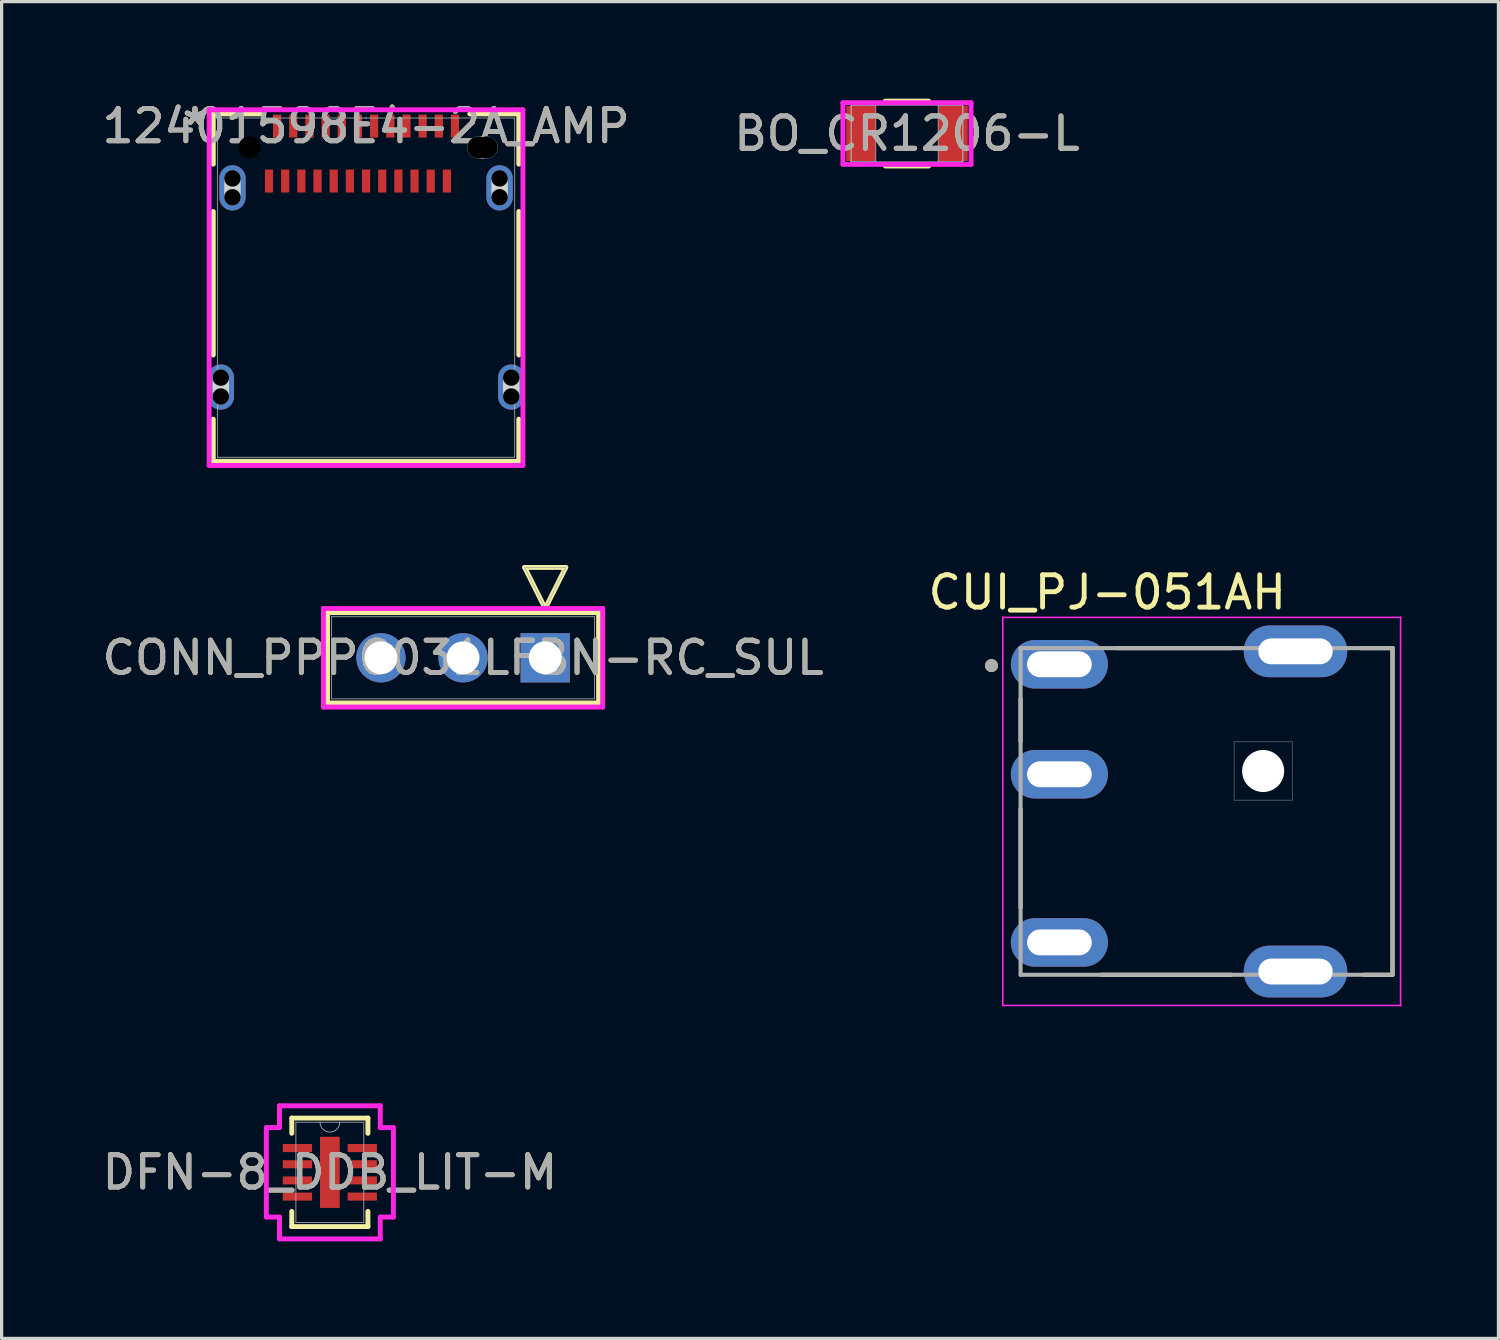
<source format=kicad_pcb>
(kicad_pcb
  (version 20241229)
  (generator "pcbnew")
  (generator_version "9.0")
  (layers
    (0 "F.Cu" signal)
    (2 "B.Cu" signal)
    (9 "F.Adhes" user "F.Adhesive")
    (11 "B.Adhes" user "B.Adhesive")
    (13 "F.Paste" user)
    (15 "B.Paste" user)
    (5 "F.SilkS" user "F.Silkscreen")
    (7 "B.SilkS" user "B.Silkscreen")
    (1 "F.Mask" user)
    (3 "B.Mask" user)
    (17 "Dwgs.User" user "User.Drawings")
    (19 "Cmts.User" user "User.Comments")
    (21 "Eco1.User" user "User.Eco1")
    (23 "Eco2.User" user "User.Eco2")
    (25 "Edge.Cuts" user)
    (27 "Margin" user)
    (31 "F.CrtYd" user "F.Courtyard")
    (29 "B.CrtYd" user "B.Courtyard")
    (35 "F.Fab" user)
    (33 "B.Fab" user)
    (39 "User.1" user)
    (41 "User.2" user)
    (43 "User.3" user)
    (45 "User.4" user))
  (footprint "BO_CR1206-L"
    (layer "F.Cu")
    (at 24.994 1.079)
    (property "Reference" "BO_CR1206-L" (at 0 0 0) (unlocked yes) (layer "F.SilkS") (effects (font (size 1 1) (thickness 0.15))))
    (attr smd)
    (fp_line (start -0.669 1.003) (end 0.669 1.003) (stroke (width 0.152) (type solid)) (layer "F.SilkS"))
    (fp_line (start 0.669 -1.003) (end -0.669 -1.003) (stroke (width 0.152) (type solid)) (layer "F.SilkS"))
    (fp_line (start -1.981 -0.953) (end 1.981 -0.953) (stroke (width 0.152) (type solid)) (layer "F.CrtYd"))
    (fp_line (start -1.981 0.953) (end -1.981 -0.953) (stroke (width 0.152) (type solid)) (layer "F.CrtYd"))
    (fp_line (start 1.981 -0.953) (end 1.981 0.953) (stroke (width 0.152) (type solid)) (layer "F.CrtYd"))
    (fp_line (start 1.981 0.953) (end -1.981 0.953) (stroke (width 0.152) (type solid)) (layer "F.CrtYd"))
    (fp_line (start -1.727 -0.876) (end -1.727 0.876) (stroke (width 0.025) (type solid)) (layer "F.Fab"))
    (fp_line (start -1.727 -0.876) (end -1.727 0.876) (stroke (width 0.025) (type solid)) (layer "F.Fab"))
    (fp_line (start -1.727 0.876) (end -0.965 0.876) (stroke (width 0.025) (type solid)) (layer "F.Fab"))
    (fp_line (start -1.727 0.876) (end 1.727 0.876) (stroke (width 0.025) (type solid)) (layer "F.Fab"))
    (fp_line (start -0.965 -0.876) (end -1.727 -0.876) (stroke (width 0.025) (type solid)) (layer "F.Fab"))
    (fp_line (start -0.965 0.876) (end -0.965 -0.876) (stroke (width 0.025) (type solid)) (layer "F.Fab"))
    (fp_line (start 0.965 -0.876) (end 0.965 0.876) (stroke (width 0.025) (type solid)) (layer "F.Fab"))
    (fp_line (start 0.965 0.876) (end 1.727 0.876) (stroke (width 0.025) (type solid)) (layer "F.Fab"))
    (fp_line (start 1.727 -0.876) (end -1.727 -0.876) (stroke (width 0.025) (type solid)) (layer "F.Fab"))
    (fp_line (start 1.727 -0.876) (end 0.965 -0.876) (stroke (width 0.025) (type solid)) (layer "F.Fab"))
    (fp_line (start 1.727 0.876) (end 1.727 -0.876) (stroke (width 0.025) (type solid)) (layer "F.Fab"))
    (fp_line (start 1.727 0.876) (end 1.727 -0.876) (stroke (width 0.025) (type solid)) (layer "F.Fab"))
    (fp_text user "${REFERENCE}" (at 0 0 0) (unlocked yes) (layer "F.Fab") (effects (font (size 1 1) (thickness 0.15))))
    (pad "1" smd rect (at -1.422 0) (size 0.914 1.702) (layers "F.Cu" "F.Mask" "F.Paste"))
    (pad "2" smd rect (at 1.422 0) (size 0.914 1.702) (layers "F.Cu" "F.Mask" "F.Paste"))
    (zone (net_name "") (layer "F.Cu") (hatch full 0.508) (connect_pads) (min_thickness 0.254) (filled_areas_thickness no) (keepout (tracks not_allowed) (vias not_allowed) (pads allowed) (copperpour not_allowed) (footprints allowed)) (placement (enabled no)) (fill) (polygon (pts (xy 24.08 0.254) (xy 25.908 0.254) (xy 25.908 1.905) (xy 24.08 1.905)))))
  (footprint "CUI_PJ-051AH"
    (layer "F.Cu")
    (at 34.257 22.04)
    (property "Reference" "CUI_PJ-051AH" (at -3.07 -6.773 0) (layer "F.SilkS") (effects (font (size 1 1) (thickness 0.15))))
    (attr through_hole)
    (fp_line (start -5.75 -2.17) (end -5.75 -3.48) (stroke (width 0.127) (type solid)) (layer "F.SilkS"))
    (fp_line (start -5.75 2.98) (end -5.75 -0.08) (stroke (width 0.127) (type solid)) (layer "F.SilkS"))
    (fp_line (start 0.77 5.05) (end -3.25 5.05) (stroke (width 0.127) (type solid)) (layer "F.SilkS"))
    (fp_line (start 0.78 -5.05) (end -2.78 -5.05) (stroke (width 0.127) (type solid)) (layer "F.SilkS"))
    (fp_line (start 5.75 -5.05) (end 4.77 -5.05) (stroke (width 0.127) (type solid)) (layer "F.SilkS"))
    (fp_line (start 5.75 -5.05) (end 5.75 5.05) (stroke (width 0.127) (type solid)) (layer "F.SilkS"))
    (fp_line (start 5.75 5.05) (end 4.87 5.05) (stroke (width 0.127) (type solid)) (layer "F.SilkS"))
    (fp_circle (center -6.65 -4.51) (end -6.55 -4.51) (stroke (width 0.2) (type solid)) (fill no) (layer "F.SilkS"))
    (fp_line (start 0.85 -2.15) (end 2.65 -2.15) (stroke (width 0.01) (type solid)) (layer "Edge.Cuts"))
    (fp_line (start 0.85 -0.35) (end 0.85 -2.15) (stroke (width 0.01) (type solid)) (layer "Edge.Cuts"))
    (fp_line (start 2.65 -2.15) (end 2.65 -0.35) (stroke (width 0.01) (type solid)) (layer "Edge.Cuts"))
    (fp_line (start 2.65 -0.35) (end 0.85 -0.35) (stroke (width 0.01) (type solid)) (layer "Edge.Cuts"))
    (fp_line (start -6.3 -6) (end -6.3 6) (stroke (width 0.05) (type solid)) (layer "F.CrtYd"))
    (fp_line (start 6 -6) (end -6.3 -6) (stroke (width 0.05) (type solid)) (layer "F.CrtYd"))
    (fp_line (start 6 6) (end -6.3 6) (stroke (width 0.05) (type solid)) (layer "F.CrtYd"))
    (fp_line (start 6 6) (end 6 -6) (stroke (width 0.05) (type solid)) (layer "F.CrtYd"))
    (fp_line (start -5.75 -5.05) (end 5.75 -5.05) (stroke (width 0.127) (type solid)) (layer "F.Fab"))
    (fp_line (start -5.75 5.05) (end -5.75 -5.05) (stroke (width 0.127) (type solid)) (layer "F.Fab"))
    (fp_line (start 5.75 -5.05) (end 5.75 5.05) (stroke (width 0.127) (type solid)) (layer "F.Fab"))
    (fp_line (start 5.75 5.05) (end -5.75 5.05) (stroke (width 0.127) (type solid)) (layer "F.Fab"))
    (fp_circle (center -6.65 -4.51) (end -6.55 -4.51) (stroke (width 0.2) (type solid)) (fill no) (layer "F.Fab"))
    (pad "" np_thru_hole circle (at 1.75 -1.25) (size 1.3 1.3) (drill 1.3) (layers "*.Cu" "*.Mask"))
    (pad "1" thru_hole oval (at -4.55 -4.55) (size 3 1.5) (drill oval 2 0.8) (layers "*.Cu" "*.Mask"))
    (pad "2" thru_hole oval (at -4.55 4.05) (size 3 1.5) (drill oval 2 0.8) (layers "*.Cu" "*.Mask"))
    (pad "3" thru_hole oval (at -4.55 -1.15) (size 3 1.5) (drill oval 2 0.8) (layers "*.Cu" "*.Mask"))
    (pad "S1" thru_hole oval (at 2.75 -4.95) (size 3.2 1.6) (drill oval 2.3 0.8) (layers "*.Cu" "*.Mask"))
    (pad "S2" thru_hole oval (at 2.75 4.95) (size 3.2 1.6) (drill oval 2.3 0.8) (layers "*.Cu" "*.Mask")))
  (footprint "12401598E4-2A_AMP"
    (layer "F.Cu")
    (at 8.268 5.843)
    (property "Reference" "12401598E4-2A_AMP" (at 0 -4.995 0) (unlocked yes) (layer "F.SilkS") (effects (font (size 1 1) (thickness 0.15))))
    (attr smd)
    (fp_line (start -4.724 -5.372) (end -4.724 -3.817) (stroke (width 0.152) (type solid)) (layer "F.SilkS"))
    (fp_line (start -4.724 -2.354) (end -4.724 2.082) (stroke (width 0.152) (type solid)) (layer "F.SilkS"))
    (fp_line (start -4.724 4.068) (end -4.724 5.372) (stroke (width 0.152) (type solid)) (layer "F.SilkS"))
    (fp_line (start -4.724 5.372) (end 4.724 5.372) (stroke (width 0.152) (type solid)) (layer "F.SilkS"))
    (fp_line (start -3.209 -5.372) (end -4.724 -5.372) (stroke (width 0.152) (type solid)) (layer "F.SilkS"))
    (fp_line (start 4.724 -5.372) (end 3.209 -5.372) (stroke (width 0.152) (type solid)) (layer "F.SilkS"))
    (fp_line (start 4.724 -3.817) (end 4.724 -5.372) (stroke (width 0.152) (type solid)) (layer "F.SilkS"))
    (fp_line (start 4.724 2.082) (end 4.724 -2.354) (stroke (width 0.152) (type solid)) (layer "F.SilkS"))
    (fp_line (start 4.724 5.372) (end 4.724 4.068) (stroke (width 0.152) (type solid)) (layer "F.SilkS"))
    (fp_line (start -4.49 3.367) (end -4.49 2.783) (stroke (width 0.508) (type solid)) (layer "Edge.Cuts"))
    (fp_line (start -4.13 -2.793) (end -4.13 -3.377) (stroke (width 0.508) (type solid)) (layer "Edge.Cuts"))
    (fp_line (start 3.473 -4.335) (end 3.727 -4.335) (stroke (width 0.686) (type solid)) (layer "Edge.Cuts"))
    (fp_line (start 4.13 -2.793) (end 4.13 -3.377) (stroke (width 0.508) (type solid)) (layer "Edge.Cuts"))
    (fp_line (start 4.49 3.367) (end 4.49 2.783) (stroke (width 0.508) (type solid)) (layer "Edge.Cuts"))
    (fp_line (start -4.851 -5.499) (end -4.851 5.499) (stroke (width 0.152) (type solid)) (layer "F.CrtYd"))
    (fp_line (start -4.851 5.499) (end 4.851 5.499) (stroke (width 0.152) (type solid)) (layer "F.CrtYd"))
    (fp_line (start 4.851 -5.499) (end -4.851 -5.499) (stroke (width 0.152) (type solid)) (layer "F.CrtYd"))
    (fp_line (start 4.851 5.499) (end 4.851 -5.499) (stroke (width 0.152) (type solid)) (layer "F.CrtYd"))
    (fp_line (start -4.597 -5.245) (end -4.597 5.245) (stroke (width 0.025) (type solid)) (layer "F.Fab"))
    (fp_line (start -4.597 5.245) (end 4.597 5.245) (stroke (width 0.025) (type solid)) (layer "F.Fab"))
    (fp_line (start 0 -5.245) (end 0 -5.245) (stroke (width 0.025) (type solid)) (layer "F.Fab"))
    (fp_line (start 0 -5.245) (end 0 -5.245) (stroke (width 0.025) (type solid)) (layer "F.Fab"))
    (fp_line (start 0 -5.245) (end 0 -5.245) (stroke (width 0.025) (type solid)) (layer "F.Fab"))
    (fp_line (start 0 -5.245) (end 0 -5.245) (stroke (width 0.025) (type solid)) (layer "F.Fab"))
    (fp_line (start 4.597 -5.245) (end -4.597 -5.245) (stroke (width 0.025) (type solid)) (layer "F.Fab"))
    (fp_line (start 4.597 5.245) (end 4.597 -5.245) (stroke (width 0.025) (type solid)) (layer "F.Fab"))
    (fp_text user "*" (at -5.29 -4.995 0) (unlocked yes) (layer "F.SilkS") (effects (font (size 1 1) (thickness 0.15))))
    (fp_text user "*" (at -5.29 -4.995 0) (layer "F.SilkS") (effects (font (size 1 1) (thickness 0.15))))
    (fp_text user "*" (at -5.29 -4.995 0) (layer "F.Fab") (effects (font (size 1 1) (thickness 0.15))))
    (fp_text user "${REFERENCE}" (at 0 -4.995 0) (unlocked yes) (layer "F.Fab") (effects (font (size 1 1) (thickness 0.15))))
    (fp_text user "*" (at -5.29 -4.995 0) (unlocked yes) (layer "F.Fab") (effects (font (size 1 1) (thickness 0.15))))
    (pad "" np_thru_hole circle (at -4.49 2.783) (size 0.508 0.508) (drill 0.508) (layers))
    (pad "" np_thru_hole circle (at -4.49 3.367) (size 0.508 0.508) (drill 0.508) (layers))
    (pad "" np_thru_hole circle (at -4.13 -3.377) (size 0.508 0.508) (drill 0.508) (layers))
    (pad "" np_thru_hole circle (at -4.13 -2.793) (size 0.508 0.508) (drill 0.508) (layers))
    (pad "" np_thru_hole circle (at -3.6 -4.335) (size 0.686 0.686) (drill 0.686) (layers))
    (pad "" np_thru_hole circle (at 3.473 -4.335) (size 0.686 0.686) (drill 0.686) (layers))
    (pad "" np_thru_hole circle (at 3.727 -4.335) (size 0.686 0.686) (drill 0.686) (layers))
    (pad "" np_thru_hole circle (at 4.13 -3.377) (size 0.508 0.508) (drill 0.508) (layers))
    (pad "" np_thru_hole circle (at 4.13 -2.793) (size 0.508 0.508) (drill 0.508) (layers))
    (pad "" np_thru_hole circle (at 4.49 2.783) (size 0.508 0.508) (drill 0.508) (layers))
    (pad "" np_thru_hole circle (at 4.49 3.367) (size 0.508 0.508) (drill 0.508) (layers))
    (pad "A1" smd rect (at -2.75 -4.995) (size 0.254 0.711) (layers "F.Cu" "F.Mask" "F.Paste"))
    (pad "A2" smd rect (at -2.25 -4.995) (size 0.254 0.711) (layers "F.Cu" "F.Mask" "F.Paste"))
    (pad "A3" smd rect (at -1.75 -4.995) (size 0.254 0.711) (layers "F.Cu" "F.Mask" "F.Paste"))
    (pad "A4" smd rect (at -1.25 -4.995) (size 0.254 0.711) (layers "F.Cu" "F.Mask" "F.Paste"))
    (pad "A5" smd rect (at -0.75 -4.995) (size 0.254 0.711) (layers "F.Cu" "F.Mask" "F.Paste"))
    (pad "A6" smd rect (at -0.25 -4.995) (size 0.254 0.711) (layers "F.Cu" "F.Mask" "F.Paste"))
    (pad "A7" smd rect (at 0.25 -4.995) (size 0.254 0.711) (layers "F.Cu" "F.Mask" "F.Paste"))
    (pad "A8" smd rect (at 0.75 -4.995) (size 0.254 0.711) (layers "F.Cu" "F.Mask" "F.Paste"))
    (pad "A9" smd rect (at 1.25 -4.995) (size 0.254 0.711) (layers "F.Cu" "F.Mask" "F.Paste"))
    (pad "A10" smd rect (at 1.75 -4.995) (size 0.254 0.711) (layers "F.Cu" "F.Mask" "F.Paste"))
    (pad "A11" smd rect (at 2.25 -4.995) (size 0.254 0.711) (layers "F.Cu" "F.Mask" "F.Paste"))
    (pad "A12" smd rect (at 2.75 -4.995) (size 0.254 0.711) (layers "F.Cu" "F.Mask" "F.Paste"))
    (pad "B1" smd rect (at 2.5 -3.295) (size 0.254 0.711) (layers "F.Cu" "F.Mask" "F.Paste"))
    (pad "B2" smd rect (at 2 -3.295) (size 0.254 0.711) (layers "F.Cu" "F.Mask" "F.Paste"))
    (pad "B3" smd rect (at 1.5 -3.295) (size 0.254 0.711) (layers "F.Cu" "F.Mask" "F.Paste"))
    (pad "B4" smd rect (at 1 -3.295) (size 0.254 0.711) (layers "F.Cu" "F.Mask" "F.Paste"))
    (pad "B5" smd rect (at 0.5 -3.295) (size 0.254 0.711) (layers "F.Cu" "F.Mask" "F.Paste"))
    (pad "B6" smd rect (at 0 -3.295) (size 0.254 0.711) (layers "F.Cu" "F.Mask" "F.Paste"))
    (pad "B7" smd rect (at -0.5 -3.295) (size 0.254 0.711) (layers "F.Cu" "F.Mask" "F.Paste"))
    (pad "B8" smd rect (at -1 -3.295) (size 0.254 0.711) (layers "F.Cu" "F.Mask" "F.Paste"))
    (pad "B9" smd rect (at -1.5 -3.295) (size 0.254 0.711) (layers "F.Cu" "F.Mask" "F.Paste"))
    (pad "B10" smd rect (at -2 -3.295) (size 0.254 0.711) (layers "F.Cu" "F.Mask" "F.Paste"))
    (pad "B11" smd rect (at -2.5 -3.295) (size 0.254 0.711) (layers "F.Cu" "F.Mask" "F.Paste"))
    (pad "B12" smd rect (at -3 -3.295) (size 0.254 0.711) (layers "F.Cu" "F.Mask" "F.Paste"))
    (pad "S_1" thru_hole oval (at -4.13 -3.085 90) (size 1.397 0.813) (drill 0.025) (layers "*.Cu" "*.Mask"))
    (pad "S_2" thru_hole oval (at 4.13 -3.085 90) (size 1.397 0.813) (drill 0.025) (layers "*.Cu" "*.Mask"))
    (pad "S_3" thru_hole oval (at -4.49 3.075 90) (size 1.397 0.813) (drill 0.025) (layers "*.Cu" "*.Mask"))
    (pad "S_4" thru_hole oval (at 4.49 3.075 90) (size 1.397 0.813) (drill 0.025) (layers "*.Cu" "*.Mask")))
  (footprint "DFN-8_DDB_LIT-M"
    (layer "F.Cu")
    (at 7.149 33.199)
    (property "Reference" "DFN-8_DDB_LIT-M" (at 0 0 0) (unlocked yes) (layer "F.SilkS") (effects (font (size 1 1) (thickness 0.15))))
    (attr smd)
    (fp_line (start -1.177 -1.677) (end -1.177 -1.207) (stroke (width 0.152) (type solid)) (layer "F.SilkS"))
    (fp_line (start -1.177 1.207) (end -1.177 1.677) (stroke (width 0.152) (type solid)) (layer "F.SilkS"))
    (fp_line (start -1.177 1.677) (end 1.177 1.677) (stroke (width 0.152) (type solid)) (layer "F.SilkS"))
    (fp_line (start 1.177 -1.677) (end -1.177 -1.677) (stroke (width 0.152) (type solid)) (layer "F.SilkS"))
    (fp_line (start 1.177 -1.207) (end 1.177 -1.677) (stroke (width 0.152) (type solid)) (layer "F.SilkS"))
    (fp_line (start 1.177 1.677) (end 1.177 1.207) (stroke (width 0.152) (type solid)) (layer "F.SilkS"))
    (fp_line (start -1.964 -1.383) (end -1.558 -1.383) (stroke (width 0.152) (type solid)) (layer "F.CrtYd"))
    (fp_line (start -1.964 1.383) (end -1.964 -1.383) (stroke (width 0.152) (type solid)) (layer "F.CrtYd"))
    (fp_line (start -1.964 1.383) (end -1.558 1.383) (stroke (width 0.152) (type solid)) (layer "F.CrtYd"))
    (fp_line (start -1.558 -2.058) (end 1.558 -2.058) (stroke (width 0.152) (type solid)) (layer "F.CrtYd"))
    (fp_line (start -1.558 -1.383) (end -1.558 -2.058) (stroke (width 0.152) (type solid)) (layer "F.CrtYd"))
    (fp_line (start -1.558 2.058) (end -1.558 1.383) (stroke (width 0.152) (type solid)) (layer "F.CrtYd"))
    (fp_line (start 1.558 -2.058) (end 1.558 -1.383) (stroke (width 0.152) (type solid)) (layer "F.CrtYd"))
    (fp_line (start 1.558 1.383) (end 1.558 2.058) (stroke (width 0.152) (type solid)) (layer "F.CrtYd"))
    (fp_line (start 1.558 2.058) (end -1.558 2.058) (stroke (width 0.152) (type solid)) (layer "F.CrtYd"))
    (fp_line (start 1.964 -1.383) (end 1.558 -1.383) (stroke (width 0.152) (type solid)) (layer "F.CrtYd"))
    (fp_line (start 1.964 -1.383) (end 1.964 1.383) (stroke (width 0.152) (type solid)) (layer "F.CrtYd"))
    (fp_line (start 1.964 1.383) (end 1.558 1.383) (stroke (width 0.152) (type solid)) (layer "F.CrtYd"))
    (fp_line (start -1.05 -1.55) (end -1.05 1.55) (stroke (width 0.025) (type solid)) (layer "F.Fab"))
    (fp_line (start -1.05 1.55) (end 1.05 1.55) (stroke (width 0.025) (type solid)) (layer "F.Fab"))
    (fp_line (start 1.05 -1.55) (end -1.05 -1.55) (stroke (width 0.025) (type solid)) (layer "F.Fab"))
    (fp_line (start 1.05 1.55) (end 1.05 -1.55) (stroke (width 0.025) (type solid)) (layer "F.Fab"))
    (fp_arc (start 0.3048 -1.549999) (mid 0 -1.245199) (end -0.3048 -1.549999) (stroke (width 0.0254) (type solid)) (layer "F.Fab"))
    (fp_text user "${REFERENCE}" (at 0 0 0) (unlocked yes) (layer "F.Fab") (effects (font (size 1 1) (thickness 0.15))))
    (pad "1" smd rect (at -1.003 -0.75) (size 0.906 0.249) (layers "F.Cu" "F.Mask" "F.Paste"))
    (pad "2" smd rect (at -1.003 -0.25) (size 0.906 0.249) (layers "F.Cu" "F.Mask" "F.Paste"))
    (pad "3" smd rect (at -1.003 0.25) (size 0.906 0.249) (layers "F.Cu" "F.Mask" "F.Paste"))
    (pad "4" smd rect (at -1.003 0.75) (size 0.906 0.249) (layers "F.Cu" "F.Mask" "F.Paste"))
    (pad "5" smd rect (at 1.003 0.75) (size 0.906 0.249) (layers "F.Cu" "F.Mask" "F.Paste"))
    (pad "6" smd rect (at 1.003 0.25) (size 0.906 0.249) (layers "F.Cu" "F.Mask" "F.Paste"))
    (pad "7" smd rect (at 1.003 -0.25) (size 0.906 0.249) (layers "F.Cu" "F.Mask" "F.Paste"))
    (pad "8" smd rect (at 1.003 -0.75) (size 0.906 0.249) (layers "F.Cu" "F.Mask" "F.Paste"))
    (pad "9" smd rect (at 0 0) (size 0.61 2.2) (layers "F.Cu" "F.Mask" "F.Paste")))
  (footprint "CONN_PPPC031LFBN-RC_SUL"
    (layer "F.Cu")
    (at 11.268 17.289)
    (property "Reference" "CONN_PPPC031LFBN-RC_SUL" (at 0 0 0) (unlocked yes) (layer "F.SilkS") (effects (font (size 1 1) (thickness 0.15))))
    (attr through_hole)
    (fp_line (start -4.191 -1.397) (end -4.191 1.397) (stroke (width 0.152) (type solid)) (layer "F.SilkS"))
    (fp_line (start -4.191 1.397) (end 4.191 1.397) (stroke (width 0.152) (type solid)) (layer "F.SilkS"))
    (fp_line (start 1.905 -2.794) (end 3.175 -2.794) (stroke (width 0.152) (type solid)) (layer "F.SilkS"))
    (fp_line (start 2.54 -1.524) (end 1.905 -2.794) (stroke (width 0.152) (type solid)) (layer "F.SilkS"))
    (fp_line (start 3.175 -2.794) (end 2.54 -1.524) (stroke (width 0.152) (type solid)) (layer "F.SilkS"))
    (fp_line (start 4.191 -1.397) (end -4.191 -1.397) (stroke (width 0.152) (type solid)) (layer "F.SilkS"))
    (fp_line (start 4.191 1.397) (end 4.191 -1.397) (stroke (width 0.152) (type solid)) (layer "F.SilkS"))
    (fp_line (start -4.318 -1.524) (end -4.318 1.524) (stroke (width 0.152) (type solid)) (layer "F.CrtYd"))
    (fp_line (start -4.318 1.524) (end 4.318 1.524) (stroke (width 0.152) (type solid)) (layer "F.CrtYd"))
    (fp_line (start 4.318 -1.524) (end -4.318 -1.524) (stroke (width 0.152) (type solid)) (layer "F.CrtYd"))
    (fp_line (start 4.318 1.524) (end 4.318 -1.524) (stroke (width 0.152) (type solid)) (layer "F.CrtYd"))
    (fp_line (start -4.064 -1.27) (end -4.064 1.27) (stroke (width 0.025) (type solid)) (layer "F.Fab"))
    (fp_line (start -4.064 1.27) (end 4.064 1.27) (stroke (width 0.025) (type solid)) (layer "F.Fab"))
    (fp_line (start 1.905 -2.794) (end 3.175 -2.794) (stroke (width 0.025) (type solid)) (layer "F.Fab"))
    (fp_line (start 2.54 -1.524) (end 1.905 -2.794) (stroke (width 0.025) (type solid)) (layer "F.Fab"))
    (fp_line (start 3.175 -2.794) (end 2.54 -1.524) (stroke (width 0.025) (type solid)) (layer "F.Fab"))
    (fp_line (start 4.064 -1.27) (end -4.064 -1.27) (stroke (width 0.025) (type solid)) (layer "F.Fab"))
    (fp_line (start 4.064 1.27) (end 4.064 -1.27) (stroke (width 0.025) (type solid)) (layer "F.Fab"))
    (fp_text user "${REFERENCE}" (at 0 0 0) (unlocked yes) (layer "F.Fab") (effects (font (size 1 1) (thickness 0.15))))
    (pad "1" thru_hole rect (at 2.54 0) (size 1.524 1.524) (drill 1.016) (layers "*.Cu" "*.Mask"))
    (pad "2" thru_hole circle (at 0 0) (size 1.524 1.524) (drill 1.016) (layers "*.Cu" "*.Mask"))
    (pad "3" thru_hole circle (at -2.54 0) (size 1.524 1.524) (drill 1.016) (layers "*.Cu" "*.Mask")))
  (gr_rect
    (start -3 -3)
    (end 43.282 38.334)
    (stroke (width 0.1) (type default))
    (fill no)
    (layer "Edge.Cuts")))
</source>
